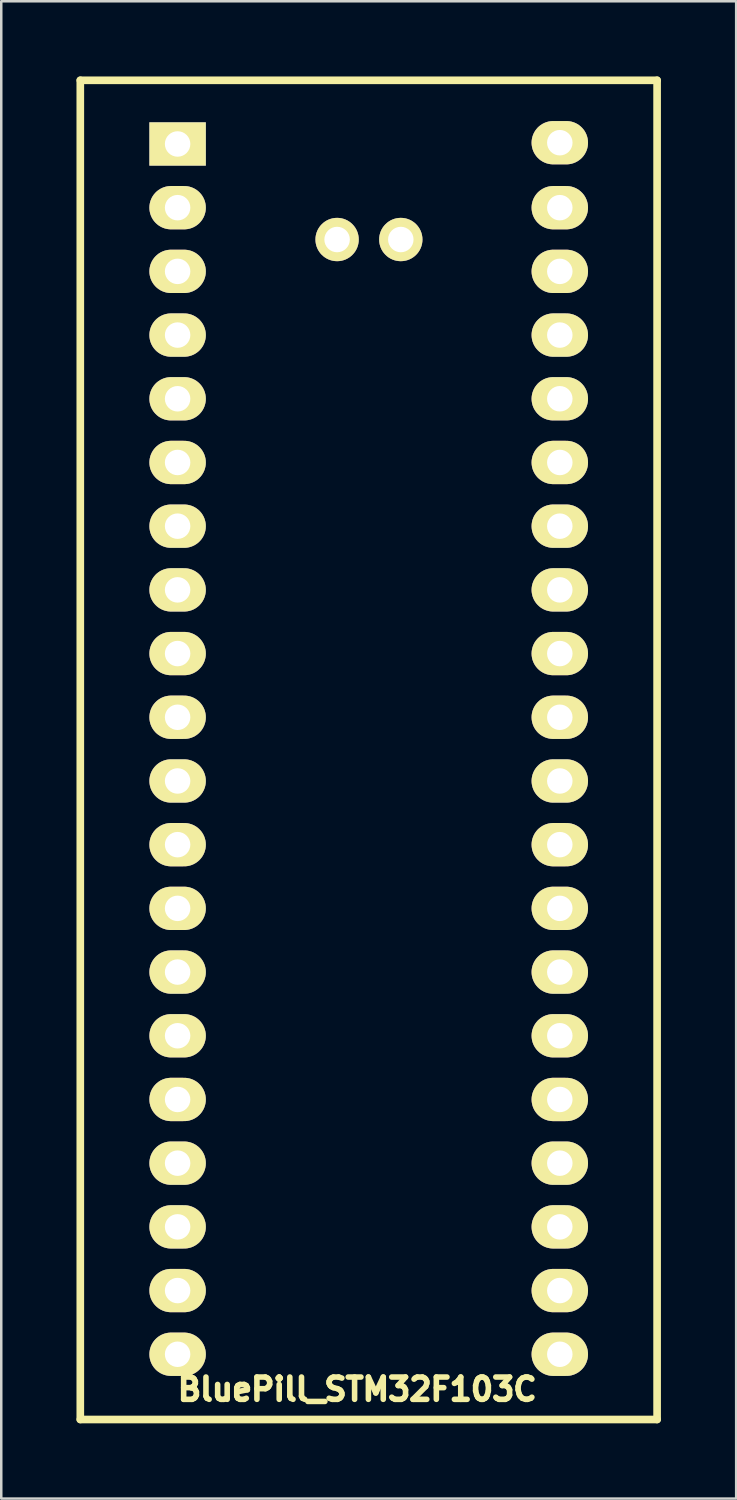
<source format=kicad_pcb>
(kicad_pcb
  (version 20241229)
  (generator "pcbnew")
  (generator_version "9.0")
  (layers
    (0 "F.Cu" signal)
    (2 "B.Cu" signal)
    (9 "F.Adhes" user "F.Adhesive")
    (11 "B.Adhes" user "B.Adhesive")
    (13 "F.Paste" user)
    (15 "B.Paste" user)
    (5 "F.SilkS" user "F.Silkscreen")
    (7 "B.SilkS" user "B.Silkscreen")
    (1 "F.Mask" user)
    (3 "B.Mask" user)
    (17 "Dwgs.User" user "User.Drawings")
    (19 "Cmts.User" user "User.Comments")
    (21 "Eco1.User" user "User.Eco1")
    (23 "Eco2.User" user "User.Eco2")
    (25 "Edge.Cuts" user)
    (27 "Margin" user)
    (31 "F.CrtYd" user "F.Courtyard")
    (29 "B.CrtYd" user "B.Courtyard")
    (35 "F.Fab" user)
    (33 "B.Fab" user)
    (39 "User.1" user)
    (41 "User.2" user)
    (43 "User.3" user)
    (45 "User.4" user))
  (footprint "BluePill_STM32F103C"
    (layer "F.Cu")
    (at 4.032 2.742)
    (property "Reference" "BluePill_STM32F103C" (at 7.163 49.606 180) (layer "F.SilkS") (effects (font (size 0.889 0.889) (thickness 0.222))))
    (attr through_hole)
    (fp_line (start -3.88 -2.59) (end 19.12 -2.59) (stroke (width 0.305) (type solid)) (layer "F.SilkS"))
    (fp_line (start -3.88 50.81) (end -3.88 -2.59) (stroke (width 0.305) (type solid)) (layer "F.SilkS"))
    (fp_line (start 19.12 -2.59) (end 19.12 50.81) (stroke (width 0.305) (type solid)) (layer "F.SilkS"))
    (fp_line (start 19.12 50.81) (end -3.88 50.81) (stroke (width 0.305) (type solid)) (layer "F.SilkS"))
    (pad "1" thru_hole rect (at 0 -0.051 270) (size 1.727 2.25) (drill 1.016) (layers "*.Cu" "*.Mask" "F.SilkS"))
    (pad "2" thru_hole oval (at 0 2.489 270) (size 1.727 2.25) (drill 1.016) (layers "*.Cu" "*.Mask" "F.SilkS"))
    (pad "3" thru_hole oval (at 0 5.029 270) (size 1.727 2.25) (drill 1.016) (layers "*.Cu" "*.Mask" "F.SilkS"))
    (pad "4" thru_hole oval (at 0 7.569 270) (size 1.727 2.25) (drill 1.016) (layers "*.Cu" "*.Mask" "F.SilkS"))
    (pad "5" thru_hole oval (at 0 10.109 270) (size 1.727 2.25) (drill 1.016) (layers "*.Cu" "*.Mask" "F.SilkS"))
    (pad "6" thru_hole oval (at 0 12.649 270) (size 1.727 2.25) (drill 1.016) (layers "*.Cu" "*.Mask" "F.SilkS"))
    (pad "7" thru_hole oval (at 0 15.189 270) (size 1.727 2.25) (drill 1.016) (layers "*.Cu" "*.Mask" "F.SilkS"))
    (pad "8" thru_hole oval (at 0 17.729 270) (size 1.727 2.25) (drill 1.016) (layers "*.Cu" "*.Mask" "F.SilkS"))
    (pad "9" thru_hole oval (at 0 20.269 270) (size 1.727 2.25) (drill 1.016) (layers "*.Cu" "*.Mask" "F.SilkS"))
    (pad "10" thru_hole oval (at 0 22.809 270) (size 1.727 2.25) (drill 1.016) (layers "*.Cu" "*.Mask" "F.SilkS"))
    (pad "11" thru_hole oval (at 0 25.349 270) (size 1.727 2.25) (drill 1.016) (layers "*.Cu" "*.Mask" "F.SilkS"))
    (pad "12" thru_hole oval (at 0 27.889 270) (size 1.727 2.25) (drill 1.016) (layers "*.Cu" "*.Mask" "F.SilkS"))
    (pad "13" thru_hole oval (at 0 30.429 270) (size 1.727 2.25) (drill 1.016) (layers "*.Cu" "*.Mask" "F.SilkS"))
    (pad "14" thru_hole oval (at 0 32.969 270) (size 1.727 2.25) (drill 1.016) (layers "*.Cu" "*.Mask" "F.SilkS"))
    (pad "15" thru_hole oval (at 0 35.509 270) (size 1.727 2.25) (drill 1.016) (layers "*.Cu" "*.Mask" "F.SilkS"))
    (pad "16" thru_hole oval (at 0 38.049 270) (size 1.727 2.25) (drill 1.016) (layers "*.Cu" "*.Mask" "F.SilkS"))
    (pad "17" thru_hole oval (at 0 40.589 270) (size 1.727 2.25) (drill 1.016) (layers "*.Cu" "*.Mask" "F.SilkS"))
    (pad "18" thru_hole oval (at 0 43.129 270) (size 1.727 2.25) (drill 1.016) (layers "*.Cu" "*.Mask" "F.SilkS"))
    (pad "19" thru_hole oval (at 0 45.669 270) (size 1.727 2.25) (drill 1.016) (layers "*.Cu" "*.Mask" "F.SilkS"))
    (pad "20" thru_hole oval (at 0 48.209 270) (size 1.727 2.25) (drill 1.016) (layers "*.Cu" "*.Mask" "F.SilkS"))
    (pad "21" thru_hole oval (at 15.24 48.209 90) (size 1.727 2.25) (drill 1.016) (layers "*.Cu" "*.Mask" "F.SilkS"))
    (pad "22" thru_hole oval (at 15.24 45.669 90) (size 1.727 2.25) (drill 1.016) (layers "*.Cu" "*.Mask" "F.SilkS"))
    (pad "23" thru_hole oval (at 15.24 43.129 90) (size 1.727 2.25) (drill 1.016) (layers "*.Cu" "*.Mask" "F.SilkS"))
    (pad "24" thru_hole oval (at 15.24 40.589 90) (size 1.727 2.25) (drill 1.016) (layers "*.Cu" "*.Mask" "F.SilkS"))
    (pad "25" thru_hole oval (at 15.24 38.049 90) (size 1.727 2.25) (drill 1.016) (layers "*.Cu" "*.Mask" "F.SilkS"))
    (pad "26" thru_hole oval (at 15.24 35.509 90) (size 1.727 2.25) (drill 1.016) (layers "*.Cu" "*.Mask" "F.SilkS"))
    (pad "27" thru_hole oval (at 15.24 32.969 90) (size 1.727 2.25) (drill 1.016) (layers "*.Cu" "*.Mask" "F.SilkS"))
    (pad "28" thru_hole oval (at 15.24 30.429 90) (size 1.727 2.25) (drill 1.016) (layers "*.Cu" "*.Mask" "F.SilkS"))
    (pad "29" thru_hole oval (at 15.24 27.889 90) (size 1.727 2.25) (drill 1.016) (layers "*.Cu" "*.Mask" "F.SilkS"))
    (pad "30" thru_hole oval (at 15.24 25.349 90) (size 1.727 2.25) (drill 1.016) (layers "*.Cu" "*.Mask" "F.SilkS"))
    (pad "31" thru_hole oval (at 15.24 22.809 90) (size 1.727 2.25) (drill 1.016) (layers "*.Cu" "*.Mask" "F.SilkS"))
    (pad "32" thru_hole oval (at 15.24 20.269 90) (size 1.727 2.25) (drill 1.016) (layers "*.Cu" "*.Mask" "F.SilkS"))
    (pad "33" thru_hole oval (at 15.24 17.729 90) (size 1.727 2.25) (drill 1.016) (layers "*.Cu" "*.Mask" "F.SilkS"))
    (pad "34" thru_hole oval (at 15.24 15.189 90) (size 1.727 2.25) (drill 1.016) (layers "*.Cu" "*.Mask" "F.SilkS"))
    (pad "35" thru_hole oval (at 15.24 12.649 90) (size 1.727 2.25) (drill 1.016) (layers "*.Cu" "*.Mask" "F.SilkS"))
    (pad "36" thru_hole oval (at 15.24 10.109 90) (size 1.727 2.25) (drill 1.016) (layers "*.Cu" "*.Mask" "F.SilkS"))
    (pad "37" thru_hole oval (at 15.24 7.569 90) (size 1.727 2.25) (drill 1.016) (layers "*.Cu" "*.Mask" "F.SilkS"))
    (pad "38" thru_hole oval (at 15.24 5.029 90) (size 1.727 2.25) (drill 1.016) (layers "*.Cu" "*.Mask" "F.SilkS"))
    (pad "39" thru_hole oval (at 15.24 2.489 90) (size 1.727 2.25) (drill 1.016) (layers "*.Cu" "*.Mask" "F.SilkS"))
    (pad "40" thru_hole oval (at 15.24 -0.102 90) (size 1.727 2.25) (drill 1.016) (layers "*.Cu" "*.Mask" "F.SilkS"))
    (pad "41" thru_hole oval (at 8.9 3.759 90) (size 1.727 1.727) (drill 1.016) (layers "*.Cu" "*.Mask" "F.SilkS"))
    (pad "42" thru_hole oval (at 6.36 3.759 90) (size 1.727 1.727) (drill 1.016) (layers "*.Cu" "*.Mask" "F.SilkS")))
  (gr_rect
    (start -3 -3)
    (end 26.305 56.705)
    (stroke (width 0.1) (type default))
    (fill no)
    (layer "Edge.Cuts")))
</source>
